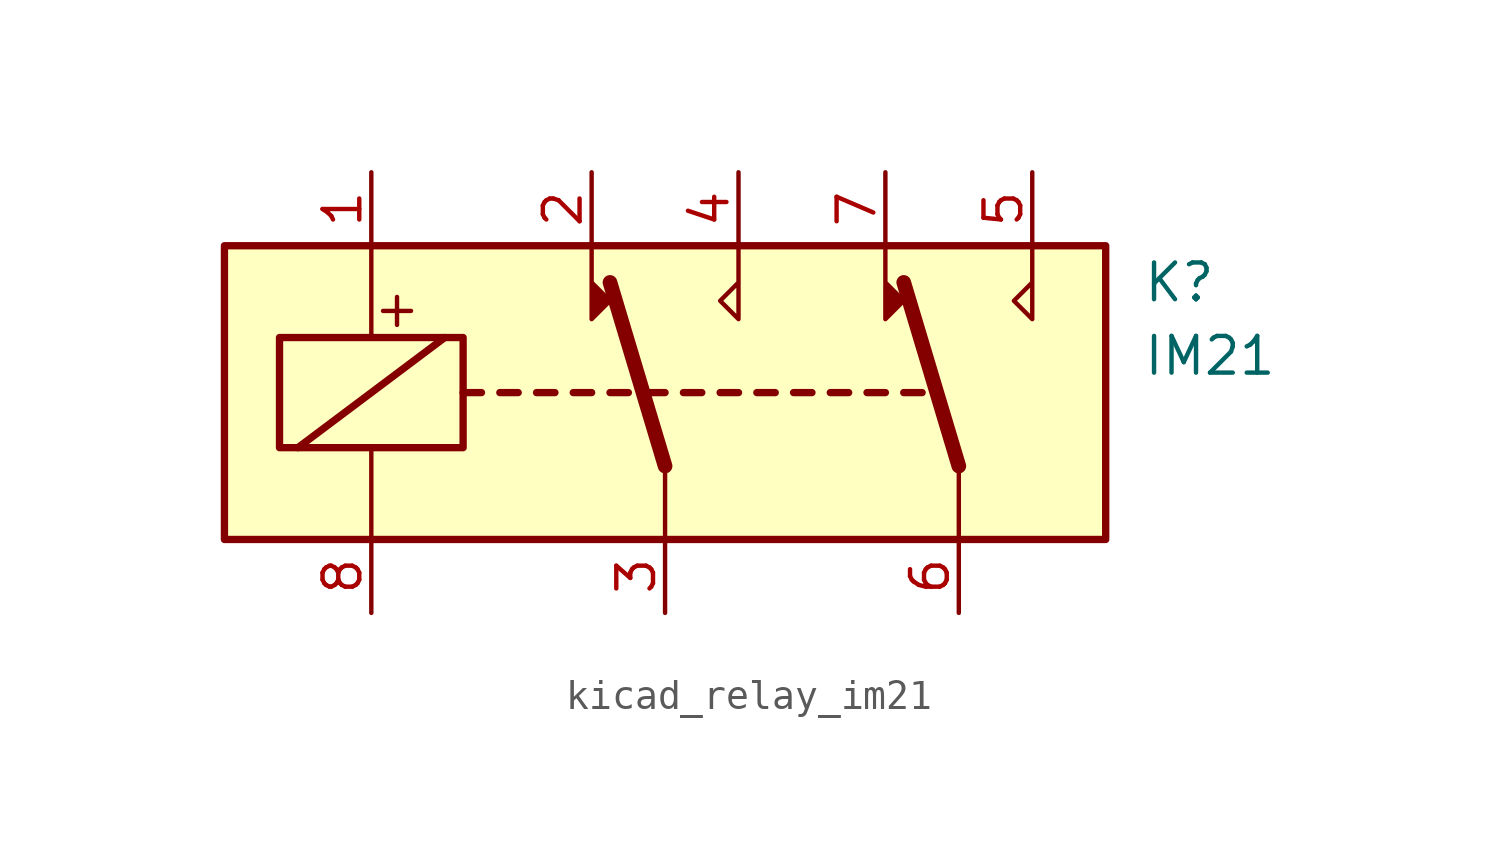
<source format=kicad_sym>
(kicad_symbol_lib
  (version 20220914)
  (generator kicad_symbol_editor)
  (symbol "kicad_relay_im21"
    (property "Reference" "K"
      (at 16.51 3.81 0)
      (effects (font (size 1.27 1.27)) (justify left)))
    (property "Value" "IM21"
      (at 16.51 1.27 0)
      (effects (font (size 1.27 1.27)) (justify left)))
    (symbol "kicad_relay_im21_0_0"
      (text "+" (at -9.271 2.921 0) (effects (font (size 1.27 1.27)))))
    (symbol "kicad_relay_im21_0_1"
      (rectangle (start -15.24 5.08) (end 15.24 -5.08) (stroke (width 0.254) (type default)) (fill (type background)))
      (rectangle (start -13.335 1.905) (end -6.985 -1.905) (stroke (width 0.254) (type default)) (fill (type none)))
      (polyline (pts (xy -12.7 -1.905) (xy -7.62 1.905)) (stroke (width 0.254) (type default)) (fill (type none)))
      (polyline (pts (xy -10.16 -5.08) (xy -10.16 -1.905)) (stroke (width 0) (type default)) (fill (type none)))
      (polyline (pts (xy -10.16 5.08) (xy -10.16 1.905)) (stroke (width 0) (type default)) (fill (type none)))
      (polyline (pts (xy -6.985 0) (xy -6.35 0)) (stroke (width 0.254) (type default)) (fill (type none)))
      (polyline (pts (xy -5.715 0) (xy -5.08 0)) (stroke (width 0.254) (type default)) (fill (type none)))
      (polyline (pts (xy -4.445 0) (xy -3.81 0)) (stroke (width 0.254) (type default)) (fill (type none)))
      (polyline (pts (xy -3.175 0) (xy -2.54 0)) (stroke (width 0.254) (type default)) (fill (type none)))
      (polyline (pts (xy -1.905 0) (xy -1.27 0)) (stroke (width 0.254) (type default)) (fill (type none)))
      (polyline (pts (xy -0.635 0) (xy 0 0)) (stroke (width 0.254) (type default)) (fill (type none)))
      (polyline (pts (xy 0 -2.54) (xy -1.905 3.81)) (stroke (width 0.508) (type default)) (fill (type none)))
      (polyline (pts (xy 0 -2.54) (xy 0 -5.08)) (stroke (width 0) (type default)) (fill (type none)))
      (polyline (pts (xy 0.635 0) (xy 1.27 0)) (stroke (width 0.254) (type default)) (fill (type none)))
      (polyline (pts (xy 1.905 0) (xy 2.54 0)) (stroke (width 0.254) (type default)) (fill (type none)))
      (polyline (pts (xy 3.175 0) (xy 3.81 0)) (stroke (width 0.254) (type default)) (fill (type none)))
      (polyline (pts (xy 4.445 0) (xy 5.08 0)) (stroke (width 0.254) (type default)) (fill (type none)))
      (polyline (pts (xy 5.715 0) (xy 6.35 0)) (stroke (width 0.254) (type default)) (fill (type none)))
      (polyline (pts (xy 6.985 0) (xy 7.62 0)) (stroke (width 0.254) (type default)) (fill (type none)))
      (polyline (pts (xy 8.255 0) (xy 8.89 0)) (stroke (width 0.254) (type default)) (fill (type none)))
      (polyline (pts (xy 10.16 -2.54) (xy 8.255 3.81)) (stroke (width 0.508) (type default)) (fill (type none)))
      (polyline (pts (xy 10.16 -2.54) (xy 10.16 -5.08)) (stroke (width 0) (type default)) (fill (type none)))
      (polyline (pts (xy -2.54 5.08) (xy -2.54 2.54) (xy -1.905 3.175) (xy -2.54 3.81)) (stroke (width 0) (type default)) (fill (type outline)))
      (polyline (pts (xy 2.54 5.08) (xy 2.54 2.54) (xy 1.905 3.175) (xy 2.54 3.81)) (stroke (width 0) (type default)) (fill (type none)))
      (polyline (pts (xy 7.62 5.08) (xy 7.62 2.54) (xy 8.255 3.175) (xy 7.62 3.81)) (stroke (width 0) (type default)) (fill (type outline)))
      (polyline (pts (xy 12.7 5.08) (xy 12.7 2.54) (xy 12.065 3.175) (xy 12.7 3.81)) (stroke (width 0) (type default)) (fill (type none))))
    (symbol "kicad_relay_im21_1_1"
      (pin passive line (at -10.16 7.62 270) (length 2.54) (name "~" (effects (font (size 1.27 1.27)))) (number "1" (effects (font (size 1.27 1.27)))))
      (pin passive line (at -2.54 7.62 270) (length 2.54) (name "~" (effects (font (size 1.27 1.27)))) (number "2" (effects (font (size 1.27 1.27)))))
      (pin passive line (at 0 -7.62 90) (length 2.54) (name "~" (effects (font (size 1.27 1.27)))) (number "3" (effects (font (size 1.27 1.27)))))
      (pin passive line (at 2.54 7.62 270) (length 2.54) (name "~" (effects (font (size 1.27 1.27)))) (number "4" (effects (font (size 1.27 1.27)))))
      (pin passive line (at 12.7 7.62 270) (length 2.54) (name "~" (effects (font (size 1.27 1.27)))) (number "5" (effects (font (size 1.27 1.27)))))
      (pin passive line (at 10.16 -7.62 90) (length 2.54) (name "~" (effects (font (size 1.27 1.27)))) (number "6" (effects (font (size 1.27 1.27)))))
      (pin passive line (at 7.62 7.62 270) (length 2.54) (name "~" (effects (font (size 1.27 1.27)))) (number "7" (effects (font (size 1.27 1.27)))))
      (pin passive line (at -10.16 -7.62 90) (length 2.54) (name "~" (effects (font (size 1.27 1.27)))) (number "8" (effects (font (size 1.27 1.27))))))))
</source>
